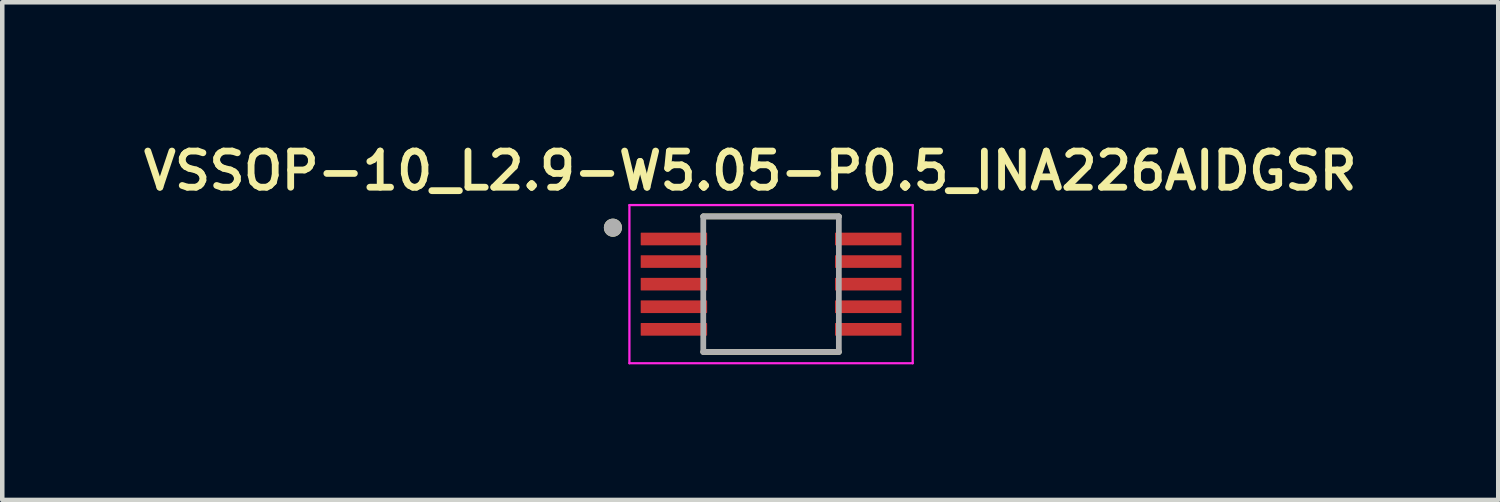
<source format=kicad_pcb>
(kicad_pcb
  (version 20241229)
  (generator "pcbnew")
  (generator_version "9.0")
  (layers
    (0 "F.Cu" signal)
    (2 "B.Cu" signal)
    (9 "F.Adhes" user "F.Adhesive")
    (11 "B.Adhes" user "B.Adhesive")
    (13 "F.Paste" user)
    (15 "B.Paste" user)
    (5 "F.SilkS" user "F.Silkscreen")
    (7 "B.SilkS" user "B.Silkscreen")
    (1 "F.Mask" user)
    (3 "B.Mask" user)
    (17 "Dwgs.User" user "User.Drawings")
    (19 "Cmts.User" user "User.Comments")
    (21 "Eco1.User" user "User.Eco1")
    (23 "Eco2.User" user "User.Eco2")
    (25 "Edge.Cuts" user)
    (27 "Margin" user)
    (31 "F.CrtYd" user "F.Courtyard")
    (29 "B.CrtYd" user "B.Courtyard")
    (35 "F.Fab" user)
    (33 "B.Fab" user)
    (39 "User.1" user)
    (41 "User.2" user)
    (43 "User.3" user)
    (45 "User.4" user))
  (footprint "VSSOP-10_L2.9-W5.05-P0.5_INA226AIDGSR"
    (layer "F.Cu")
    (at 14.015 3.239)
    (property "Reference" "VSSOP-10_L2.9-W5.05-P0.5_INA226AIDGSR" (at -0.46 -2.508 0) (layer "F.SilkS") (effects (font (size 0.8 0.8) (thickness 0.15))))
    (attr through_hole)
    (fp_line (start -1.5 -1.5) (end 1.5 -1.5) (stroke (width 0.127) (type solid)) (layer "F.SilkS"))
    (fp_line (start -1.5 1.5) (end 1.5 1.5) (stroke (width 0.127) (type solid)) (layer "F.SilkS"))
    (fp_circle (center -3.5 -1.25) (end -3.4 -1.25) (stroke (width 0.2) (type solid)) (fill no) (layer "F.SilkS"))
    (fp_line (start -3.135 -1.75) (end -3.135 1.75) (stroke (width 0.05) (type solid)) (layer "F.CrtYd"))
    (fp_line (start -3.135 -1.75) (end 3.135 -1.75) (stroke (width 0.05) (type solid)) (layer "F.CrtYd"))
    (fp_line (start -3.135 1.75) (end 3.135 1.75) (stroke (width 0.05) (type solid)) (layer "F.CrtYd"))
    (fp_line (start 3.135 -1.75) (end 3.135 1.75) (stroke (width 0.05) (type solid)) (layer "F.CrtYd"))
    (fp_line (start -1.5 -1.5) (end -1.5 1.5) (stroke (width 0.127) (type solid)) (layer "F.Fab"))
    (fp_line (start -1.5 -1.5) (end 1.5 -1.5) (stroke (width 0.127) (type solid)) (layer "F.Fab"))
    (fp_line (start -1.5 1.5) (end 1.5 1.5) (stroke (width 0.127) (type solid)) (layer "F.Fab"))
    (fp_line (start 1.5 -1.5) (end 1.5 1.5) (stroke (width 0.127) (type solid)) (layer "F.Fab"))
    (fp_circle (center -3.5 -1.25) (end -3.4 -1.25) (stroke (width 0.2) (type solid)) (fill no) (layer "F.Fab"))
    (pad "1" smd roundrect (at -2.15 -1) (size 1.47 0.28) (layers "F.Cu" "F.Mask" "F.Paste") (roundrect_rratio 0.04))
    (pad "2" smd roundrect (at -2.15 -0.5) (size 1.47 0.28) (layers "F.Cu" "F.Mask" "F.Paste") (roundrect_rratio 0.04))
    (pad "3" smd roundrect (at -2.15 0) (size 1.47 0.28) (layers "F.Cu" "F.Mask" "F.Paste") (roundrect_rratio 0.04))
    (pad "4" smd roundrect (at -2.15 0.5) (size 1.47 0.28) (layers "F.Cu" "F.Mask" "F.Paste") (roundrect_rratio 0.04))
    (pad "5" smd roundrect (at -2.15 1) (size 1.47 0.28) (layers "F.Cu" "F.Mask" "F.Paste") (roundrect_rratio 0.04))
    (pad "6" smd roundrect (at 2.15 1) (size 1.47 0.28) (layers "F.Cu" "F.Mask" "F.Paste") (roundrect_rratio 0.04))
    (pad "7" smd roundrect (at 2.15 0.5) (size 1.47 0.28) (layers "F.Cu" "F.Mask" "F.Paste") (roundrect_rratio 0.04))
    (pad "8" smd roundrect (at 2.15 0) (size 1.47 0.28) (layers "F.Cu" "F.Mask" "F.Paste") (roundrect_rratio 0.04))
    (pad "9" smd roundrect (at 2.15 -0.5) (size 1.47 0.28) (layers "F.Cu" "F.Mask" "F.Paste") (roundrect_rratio 0.04))
    (pad "10" smd roundrect (at 2.15 -1) (size 1.47 0.28) (layers "F.Cu" "F.Mask" "F.Paste") (roundrect_rratio 0.04)))
  (gr_rect
    (start -3 -3)
    (end 30.109 8.014)
    (stroke (width 0.1) (type default))
    (fill no)
    (layer "Edge.Cuts")))
</source>
